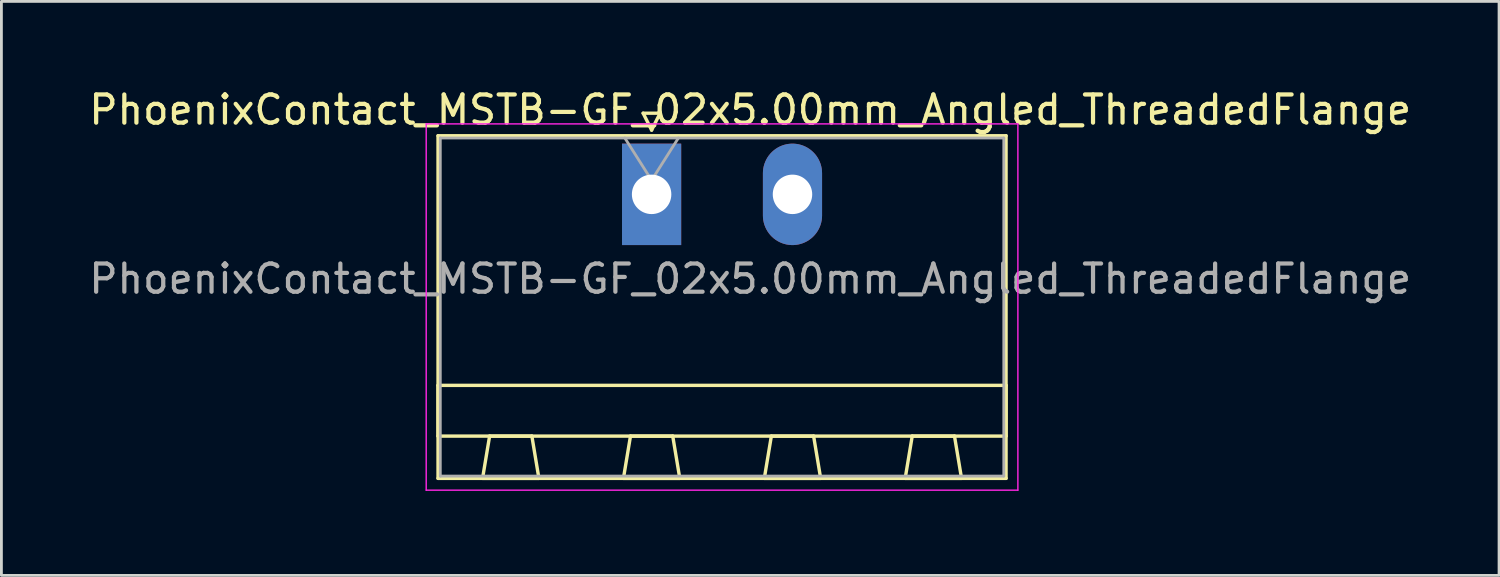
<source format=kicad_pcb>
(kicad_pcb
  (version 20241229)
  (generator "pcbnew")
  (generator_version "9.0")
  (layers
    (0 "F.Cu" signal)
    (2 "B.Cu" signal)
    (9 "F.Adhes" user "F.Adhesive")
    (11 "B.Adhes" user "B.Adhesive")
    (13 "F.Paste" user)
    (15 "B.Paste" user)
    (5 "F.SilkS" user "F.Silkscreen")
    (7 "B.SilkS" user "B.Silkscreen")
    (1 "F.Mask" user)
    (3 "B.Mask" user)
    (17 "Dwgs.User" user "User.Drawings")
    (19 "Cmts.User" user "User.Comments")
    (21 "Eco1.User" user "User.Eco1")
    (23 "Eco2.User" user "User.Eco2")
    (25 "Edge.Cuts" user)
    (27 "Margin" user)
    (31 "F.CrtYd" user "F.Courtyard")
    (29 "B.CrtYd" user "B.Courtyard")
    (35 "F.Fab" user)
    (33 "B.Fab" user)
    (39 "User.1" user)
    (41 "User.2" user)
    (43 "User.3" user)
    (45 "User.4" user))
  (footprint "PhoenixContact_MSTB-GF_02x5.00mm_Angled_ThreadedFlange"
    (layer "F.Cu")
    (at 20.077 3.848)
    (property "Reference" "PhoenixContact_MSTB-GF_02x5.00mm_Angled_ThreadedFlange" (at 3.5 -3 0) (layer "F.SilkS") (effects (font (size 1 1) (thickness 0.15))))
    (attr through_hole)
    (fp_line (start -7.58 -2.08) (end -7.58 10.08) (stroke (width 0.12) (type solid)) (layer "F.SilkS"))
    (fp_line (start -7.58 6.78) (end 12.58 6.78) (stroke (width 0.12) (type solid)) (layer "F.SilkS"))
    (fp_line (start -7.58 8.58) (end -7.58 6.78) (stroke (width 0.12) (type solid)) (layer "F.SilkS"))
    (fp_line (start -7.58 10.08) (end 12.58 10.08) (stroke (width 0.12) (type solid)) (layer "F.SilkS"))
    (fp_line (start -6 10.08) (end -4 10.08) (stroke (width 0.12) (type solid)) (layer "F.SilkS"))
    (fp_line (start -5.75 8.58) (end -6 10.08) (stroke (width 0.12) (type solid)) (layer "F.SilkS"))
    (fp_line (start -4.25 8.58) (end -5.75 8.58) (stroke (width 0.12) (type solid)) (layer "F.SilkS"))
    (fp_line (start -4 10.08) (end -4.25 8.58) (stroke (width 0.12) (type solid)) (layer "F.SilkS"))
    (fp_line (start -1 10.08) (end 1 10.08) (stroke (width 0.12) (type solid)) (layer "F.SilkS"))
    (fp_line (start -0.75 8.58) (end -1 10.08) (stroke (width 0.12) (type solid)) (layer "F.SilkS"))
    (fp_line (start -0.3 -2.88) (end 0.3 -2.88) (stroke (width 0.12) (type solid)) (layer "F.SilkS"))
    (fp_line (start 0 -2.28) (end -0.3 -2.88) (stroke (width 0.12) (type solid)) (layer "F.SilkS"))
    (fp_line (start 0.3 -2.88) (end 0 -2.28) (stroke (width 0.12) (type solid)) (layer "F.SilkS"))
    (fp_line (start 0.75 8.58) (end -0.75 8.58) (stroke (width 0.12) (type solid)) (layer "F.SilkS"))
    (fp_line (start 1 10.08) (end 0.75 8.58) (stroke (width 0.12) (type solid)) (layer "F.SilkS"))
    (fp_line (start 4 10.08) (end 6 10.08) (stroke (width 0.12) (type solid)) (layer "F.SilkS"))
    (fp_line (start 4.25 8.58) (end 4 10.08) (stroke (width 0.12) (type solid)) (layer "F.SilkS"))
    (fp_line (start 5.75 8.58) (end 4.25 8.58) (stroke (width 0.12) (type solid)) (layer "F.SilkS"))
    (fp_line (start 6 10.08) (end 5.75 8.58) (stroke (width 0.12) (type solid)) (layer "F.SilkS"))
    (fp_line (start 9 10.08) (end 11 10.08) (stroke (width 0.12) (type solid)) (layer "F.SilkS"))
    (fp_line (start 9.25 8.58) (end 9 10.08) (stroke (width 0.12) (type solid)) (layer "F.SilkS"))
    (fp_line (start 10.75 8.58) (end 9.25 8.58) (stroke (width 0.12) (type solid)) (layer "F.SilkS"))
    (fp_line (start 11 10.08) (end 10.75 8.58) (stroke (width 0.12) (type solid)) (layer "F.SilkS"))
    (fp_line (start 12.58 -2.08) (end -7.58 -2.08) (stroke (width 0.12) (type solid)) (layer "F.SilkS"))
    (fp_line (start 12.58 6.78) (end 12.58 8.58) (stroke (width 0.12) (type solid)) (layer "F.SilkS"))
    (fp_line (start 12.58 8.58) (end -7.58 8.58) (stroke (width 0.12) (type solid)) (layer "F.SilkS"))
    (fp_line (start 12.58 10.08) (end 12.58 -2.08) (stroke (width 0.12) (type solid)) (layer "F.SilkS"))
    (fp_line (start -8 -2.5) (end -8 10.5) (stroke (width 0.05) (type solid)) (layer "F.CrtYd"))
    (fp_line (start -8 10.5) (end 13 10.5) (stroke (width 0.05) (type solid)) (layer "F.CrtYd"))
    (fp_line (start 13 -2.5) (end -8 -2.5) (stroke (width 0.05) (type solid)) (layer "F.CrtYd"))
    (fp_line (start 13 10.5) (end 13 -2.5) (stroke (width 0.05) (type solid)) (layer "F.CrtYd"))
    (fp_line (start -7.5 -2) (end -7.5 10) (stroke (width 0.1) (type solid)) (layer "F.Fab"))
    (fp_line (start -7.5 10) (end 12.5 10) (stroke (width 0.1) (type solid)) (layer "F.Fab"))
    (fp_line (start 0 -0.5) (end -0.95 -2) (stroke (width 0.1) (type solid)) (layer "F.Fab"))
    (fp_line (start 0.95 -2) (end 0 -0.5) (stroke (width 0.1) (type solid)) (layer "F.Fab"))
    (fp_line (start 12.5 -2) (end -7.5 -2) (stroke (width 0.1) (type solid)) (layer "F.Fab"))
    (fp_line (start 12.5 10) (end 12.5 -2) (stroke (width 0.1) (type solid)) (layer "F.Fab"))
    (fp_text user "${REFERENCE}" (at 3.5 3 0) (layer "F.Fab") (effects (font (size 1 1) (thickness 0.15))))
    (pad "1" thru_hole rect (at 0 0) (size 2.1 3.6) (drill 1.4) (layers "*.Cu" "*.Mask"))
    (pad "2" thru_hole oval (at 5 0) (size 2.1 3.6) (drill 1.4) (layers "*.Cu" "*.Mask")))
  (gr_rect
    (start -3 -3)
    (end 50.155 17.373)
    (stroke (width 0.1) (type default))
    (fill no)
    (layer "Edge.Cuts")))
</source>
